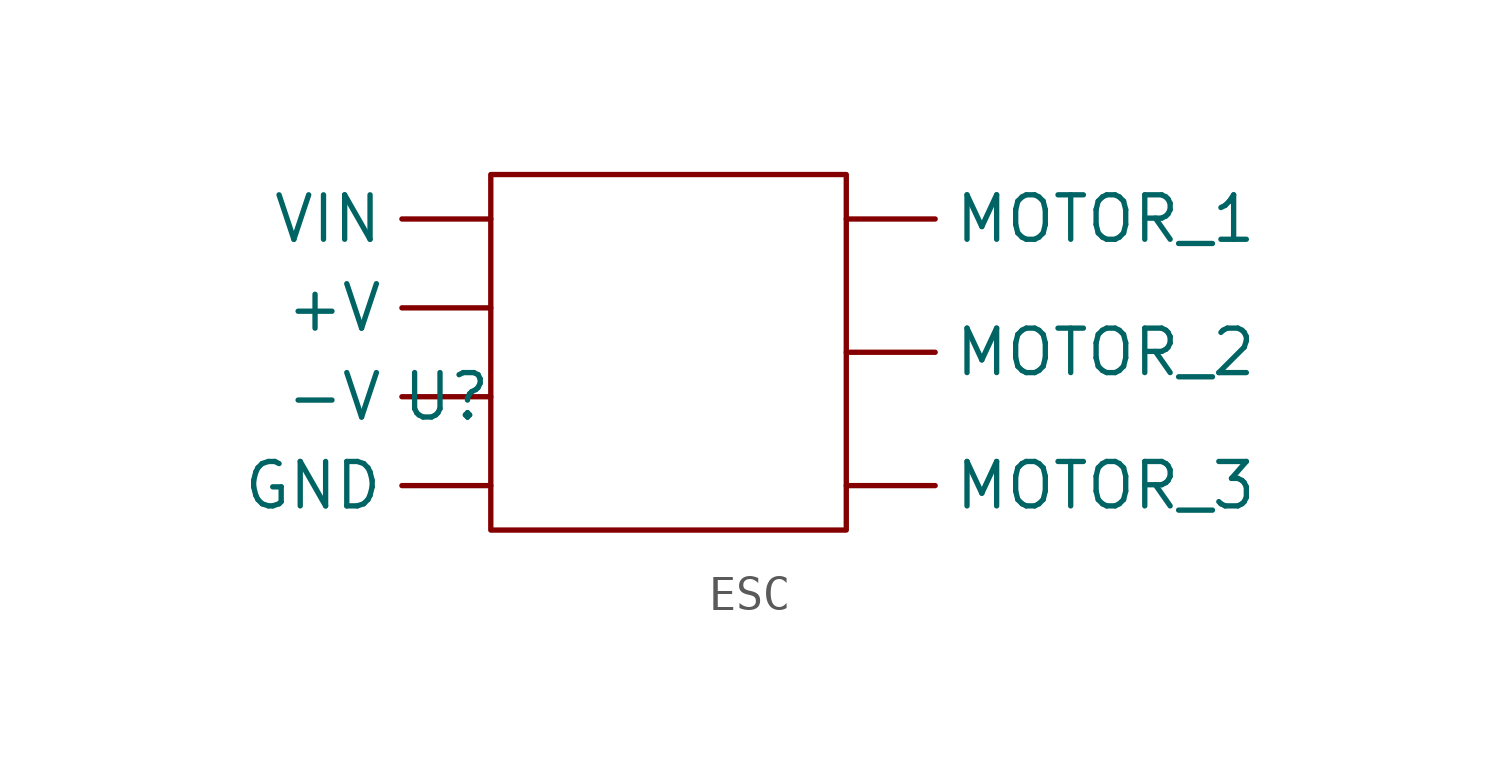
<source format=kicad_sym>
(kicad_symbol_lib
  (version 20231120)
  (generator "kicad_symbol_editor")
  (generator_version "8.0")
  (symbol "ESC"
    (property "Reference" "U"
      (at 0 0 0)
      (effects (font (size 1.27 1.27))))
    (property "Value" ""
      (at 0 0 0)
      (effects (font (size 1.27 1.27))))
    (symbol "ESC_0_1"
      (rectangle (start 1.27 6.35) (end 11.43 -3.81) (stroke (width 0) (type default)) (fill (type none))))
    (symbol "ESC_1_1"
      (pin input line (at 1.27 2.54 180) (length 2.54) (name "+V" (effects (font (size 1.27 1.27)))) (number "" (effects (font (size 1.27 1.27)))))
      (pin input line (at 1.27 0 180) (length 2.54) (name "-V" (effects (font (size 1.27 1.27)))) (number "" (effects (font (size 1.27 1.27)))))
      (pin input line (at 1.27 -2.54 180) (length 2.54) (name "GND" (effects (font (size 1.27 1.27)))) (number "" (effects (font (size 1.27 1.27)))))
      (pin output line (at 11.43 5.08 0) (length 2.54) (name "MOTOR_1" (effects (font (size 1.27 1.27)))) (number "" (effects (font (size 1.27 1.27)))))
      (pin output line (at 11.43 1.27 0) (length 2.54) (name "MOTOR_2" (effects (font (size 1.27 1.27)))) (number "" (effects (font (size 1.27 1.27)))))
      (pin output line (at 11.43 -2.54 0) (length 2.54) (name "MOTOR_3" (effects (font (size 1.27 1.27)))) (number "" (effects (font (size 1.27 1.27)))))
      (pin input line (at 1.27 5.08 180) (length 2.54) (name "VIN" (effects (font (size 1.27 1.27)))) (number "" (effects (font (size 1.27 1.27))))))))
</source>
